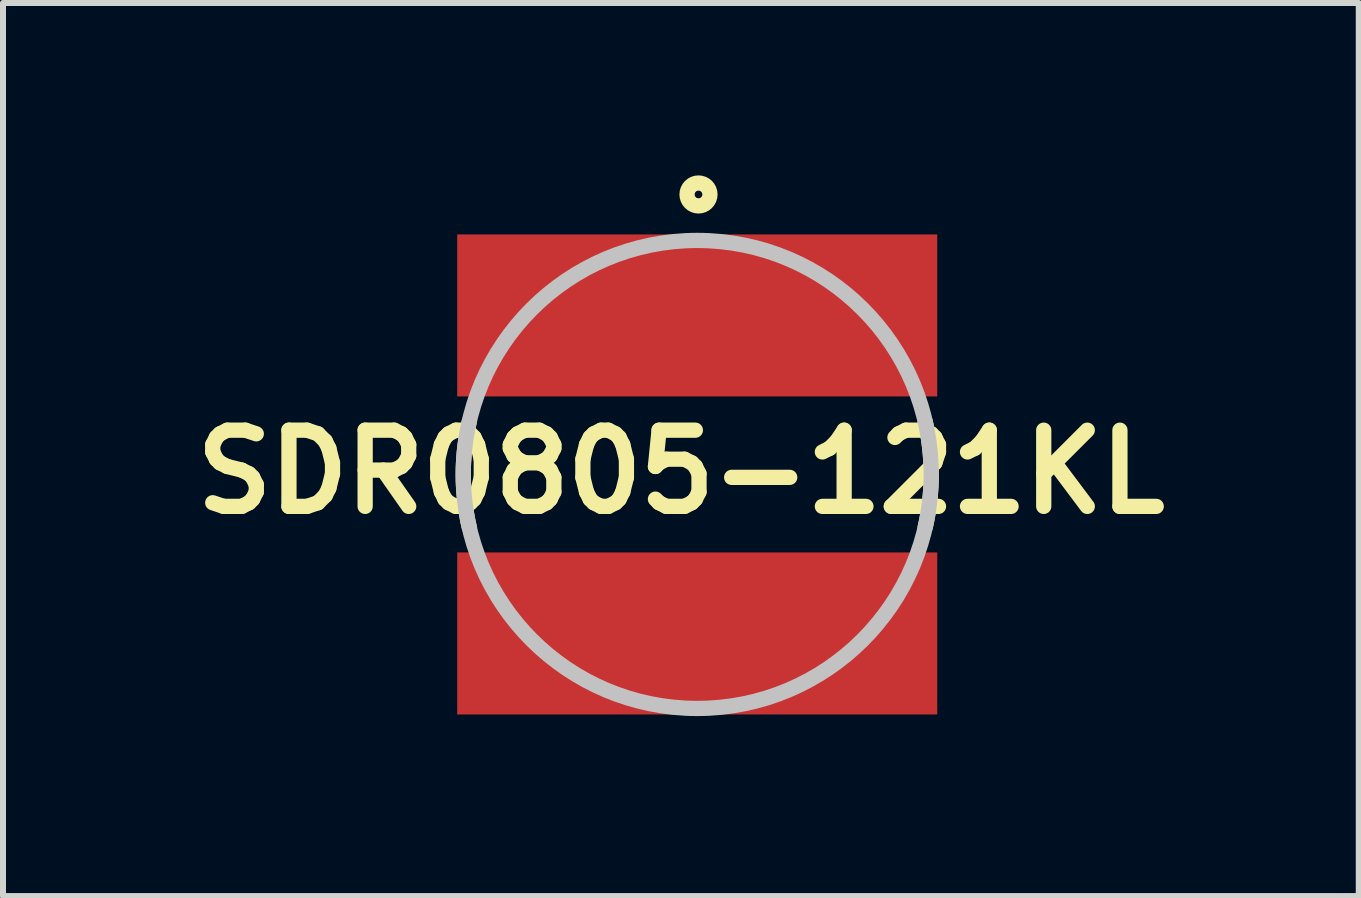
<source format=kicad_pcb>
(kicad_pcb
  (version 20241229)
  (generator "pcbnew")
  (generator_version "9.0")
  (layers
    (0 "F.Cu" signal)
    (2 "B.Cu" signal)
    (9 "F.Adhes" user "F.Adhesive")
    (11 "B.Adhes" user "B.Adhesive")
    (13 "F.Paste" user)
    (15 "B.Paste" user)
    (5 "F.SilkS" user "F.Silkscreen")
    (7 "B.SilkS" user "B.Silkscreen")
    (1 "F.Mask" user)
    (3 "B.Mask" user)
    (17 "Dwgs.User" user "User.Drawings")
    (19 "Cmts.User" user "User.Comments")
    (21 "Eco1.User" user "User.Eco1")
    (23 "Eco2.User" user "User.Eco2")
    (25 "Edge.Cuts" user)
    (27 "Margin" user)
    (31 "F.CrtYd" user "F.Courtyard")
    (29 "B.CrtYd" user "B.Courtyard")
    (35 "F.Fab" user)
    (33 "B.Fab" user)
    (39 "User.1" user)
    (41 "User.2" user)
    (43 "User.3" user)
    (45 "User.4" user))
  (footprint "SDR0805-121KL"
    (layer "F.Cu")
    (at 8.57 4.857)
    (property "Reference" "SDR0805-121KL" (at -0.273 -0.042 0) (layer "F.SilkS") (effects (font (size 1.27 1.27) (thickness 0.254))))
    (attr smd)
    (fp_arc (start -3.800088 0.877119) (mid -3.900001 -0.000196) (end -3.8 -0.8775) (stroke (width 0.254) (type solid)) (layer "F.SilkS"))
    (fp_arc (start 3.8 -0.8775) (mid 3.900001 -0.000196) (end 3.800088 0.877119) (stroke (width 0.254) (type solid)) (layer "F.SilkS"))
    (fp_circle (center 0.021 -4.666) (end -0.043 -4.666) (stroke (width 0.254) (type solid)) (fill no) (layer "F.SilkS"))
    (fp_circle (center 0 0) (end 3.9 0) (stroke (width 0.254) (type solid)) (fill no) (layer "Dwgs.User"))
    (pad "1" smd rect (at 0 -2.65 90) (size 2.7 8) (layers "F.Cu" "F.Mask" "F.Paste"))
    (pad "2" smd rect (at 0 2.65 90) (size 2.7 8) (layers "F.Cu" "F.Mask" "F.Paste")))
  (gr_rect
    (start -3 -3)
    (end 19.595 11.884)
    (stroke (width 0.1) (type default))
    (fill no)
    (layer "Edge.Cuts")))
</source>
